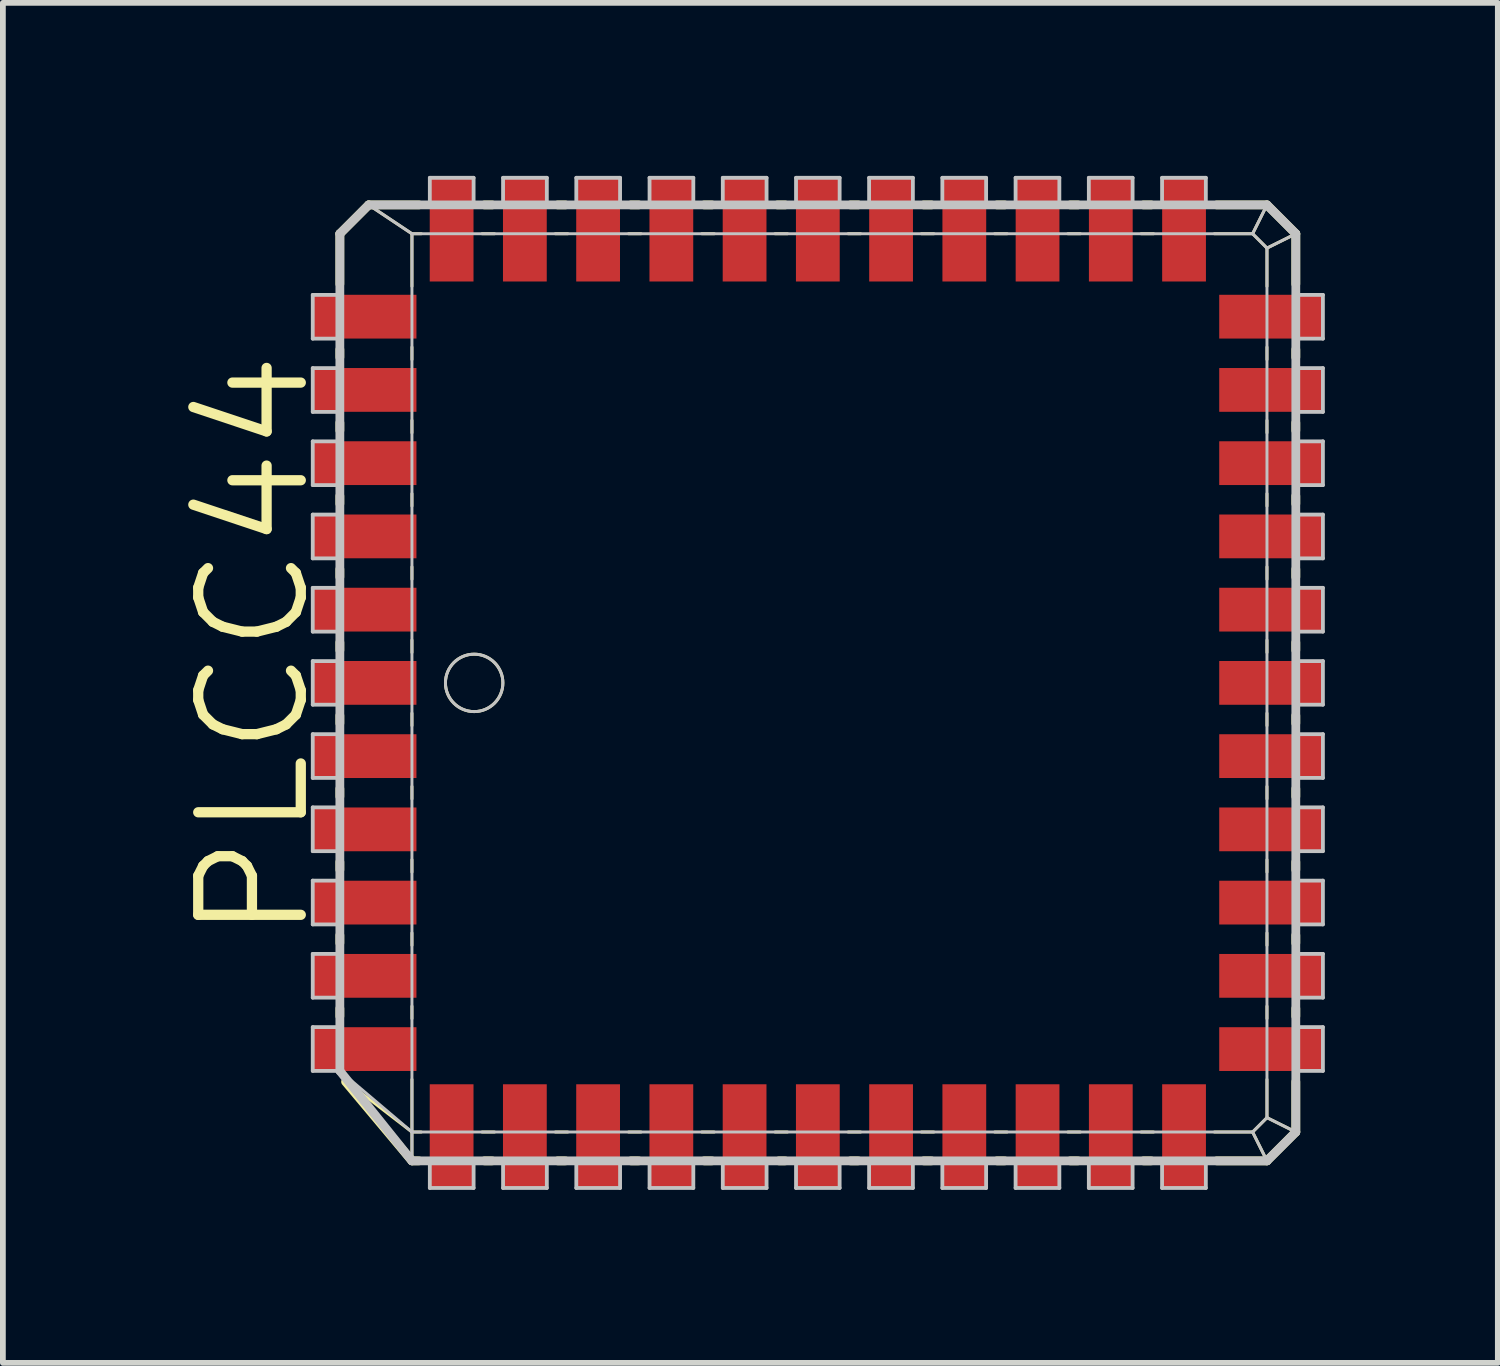
<source format=kicad_pcb>
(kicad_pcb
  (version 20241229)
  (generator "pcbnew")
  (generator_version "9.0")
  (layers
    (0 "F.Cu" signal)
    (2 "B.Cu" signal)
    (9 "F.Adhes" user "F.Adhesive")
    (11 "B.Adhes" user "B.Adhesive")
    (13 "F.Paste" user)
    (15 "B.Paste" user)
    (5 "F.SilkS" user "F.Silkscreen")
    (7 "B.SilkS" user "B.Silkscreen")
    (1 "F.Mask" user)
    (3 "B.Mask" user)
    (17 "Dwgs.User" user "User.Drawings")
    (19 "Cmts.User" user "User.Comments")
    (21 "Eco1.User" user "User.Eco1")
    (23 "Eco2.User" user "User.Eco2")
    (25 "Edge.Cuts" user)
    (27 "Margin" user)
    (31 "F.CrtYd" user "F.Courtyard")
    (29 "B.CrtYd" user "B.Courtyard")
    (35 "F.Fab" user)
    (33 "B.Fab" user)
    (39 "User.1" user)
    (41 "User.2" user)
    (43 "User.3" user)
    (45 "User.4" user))
  (footprint "PLCC44"
    (layer "F.Cu")
    (at 11.131 8.791)
    (property "Reference" "PLCC44" (at -9.779 -0.635 90) (layer "F.SilkS") (effects (font (size 1.778 1.778) (thickness 0.178))))
    (attr smd)
    (fp_line (start -8.288 -7.788) (end -7.788 -8.288) (stroke (width 0.152) (type solid)) (layer "F.SilkS"))
    (fp_line (start -8.288 -6.916) (end -8.288 -7.788) (stroke (width 0.152) (type solid)) (layer "F.SilkS"))
    (fp_line (start -8.288 -5.646) (end -8.288 -5.781) (stroke (width 0.152) (type solid)) (layer "F.SilkS"))
    (fp_line (start -8.288 -4.376) (end -8.288 -4.511) (stroke (width 0.152) (type solid)) (layer "F.SilkS"))
    (fp_line (start -8.288 -3.106) (end -8.288 -3.241) (stroke (width 0.152) (type solid)) (layer "F.SilkS"))
    (fp_line (start -8.288 -1.836) (end -8.288 -1.971) (stroke (width 0.152) (type solid)) (layer "F.SilkS"))
    (fp_line (start -8.288 -0.566) (end -8.288 -0.701) (stroke (width 0.152) (type solid)) (layer "F.SilkS"))
    (fp_line (start -8.288 0.701) (end -8.288 0.566) (stroke (width 0.152) (type solid)) (layer "F.SilkS"))
    (fp_line (start -8.288 1.971) (end -8.288 1.836) (stroke (width 0.152) (type solid)) (layer "F.SilkS"))
    (fp_line (start -8.288 3.241) (end -8.288 3.106) (stroke (width 0.152) (type solid)) (layer "F.SilkS"))
    (fp_line (start -8.288 4.511) (end -8.288 4.376) (stroke (width 0.152) (type solid)) (layer "F.SilkS"))
    (fp_line (start -8.288 5.781) (end -8.288 5.646) (stroke (width 0.152) (type solid)) (layer "F.SilkS"))
    (fp_line (start -7.788 -8.288) (end -7.038 -7.788) (stroke (width 0.051) (type solid)) (layer "F.SilkS"))
    (fp_line (start -7.788 -8.288) (end -6.916 -8.288) (stroke (width 0.152) (type solid)) (layer "F.SilkS"))
    (fp_line (start -7.038 -7.788) (end -6.876 -7.788) (stroke (width 0.051) (type solid)) (layer "F.SilkS"))
    (fp_line (start -7.038 -6.876) (end -7.038 -7.788) (stroke (width 0.051) (type solid)) (layer "F.SilkS"))
    (fp_line (start -7.038 -5.606) (end -7.038 -5.822) (stroke (width 0.051) (type solid)) (layer "F.SilkS"))
    (fp_line (start -7.038 -4.336) (end -7.038 -4.552) (stroke (width 0.051) (type solid)) (layer "F.SilkS"))
    (fp_line (start -7.038 -3.066) (end -7.038 -3.282) (stroke (width 0.051) (type solid)) (layer "F.SilkS"))
    (fp_line (start -7.038 -1.796) (end -7.038 -2.012) (stroke (width 0.051) (type solid)) (layer "F.SilkS"))
    (fp_line (start -7.038 -0.526) (end -7.038 -0.742) (stroke (width 0.051) (type solid)) (layer "F.SilkS"))
    (fp_line (start -7.038 0.742) (end -7.038 0.526) (stroke (width 0.051) (type solid)) (layer "F.SilkS"))
    (fp_line (start -7.038 2.012) (end -7.038 1.796) (stroke (width 0.051) (type solid)) (layer "F.SilkS"))
    (fp_line (start -7.038 3.282) (end -7.038 3.066) (stroke (width 0.051) (type solid)) (layer "F.SilkS"))
    (fp_line (start -7.038 4.552) (end -7.038 4.336) (stroke (width 0.051) (type solid)) (layer "F.SilkS"))
    (fp_line (start -7.038 5.822) (end -7.038 5.606) (stroke (width 0.051) (type solid)) (layer "F.SilkS"))
    (fp_line (start -7.038 7.788) (end -8.191 6.901) (stroke (width 0.051) (type solid)) (layer "F.SilkS"))
    (fp_line (start -7.038 7.788) (end -7.038 6.876) (stroke (width 0.051) (type solid)) (layer "F.SilkS"))
    (fp_line (start -7.038 8.288) (end -8.189 6.916) (stroke (width 0.152) (type solid)) (layer "F.SilkS"))
    (fp_line (start -7.038 8.288) (end -7.038 7.788) (stroke (width 0.051) (type solid)) (layer "F.SilkS"))
    (fp_line (start -6.916 8.288) (end -7.038 8.288) (stroke (width 0.152) (type solid)) (layer "F.SilkS"))
    (fp_line (start -6.876 7.788) (end -7.038 7.788) (stroke (width 0.051) (type solid)) (layer "F.SilkS"))
    (fp_line (start -5.822 -7.788) (end -5.606 -7.788) (stroke (width 0.051) (type solid)) (layer "F.SilkS"))
    (fp_line (start -5.781 -8.288) (end -5.646 -8.288) (stroke (width 0.152) (type solid)) (layer "F.SilkS"))
    (fp_line (start -5.646 8.288) (end -5.781 8.288) (stroke (width 0.152) (type solid)) (layer "F.SilkS"))
    (fp_line (start -5.606 7.788) (end -5.822 7.788) (stroke (width 0.051) (type solid)) (layer "F.SilkS"))
    (fp_line (start -4.552 -7.788) (end -4.336 -7.788) (stroke (width 0.051) (type solid)) (layer "F.SilkS"))
    (fp_line (start -4.511 -8.288) (end -4.376 -8.288) (stroke (width 0.152) (type solid)) (layer "F.SilkS"))
    (fp_line (start -4.376 8.288) (end -4.511 8.288) (stroke (width 0.152) (type solid)) (layer "F.SilkS"))
    (fp_line (start -4.336 7.788) (end -4.552 7.788) (stroke (width 0.051) (type solid)) (layer "F.SilkS"))
    (fp_line (start -3.282 -7.788) (end -3.066 -7.788) (stroke (width 0.051) (type solid)) (layer "F.SilkS"))
    (fp_line (start -3.241 -8.288) (end -3.106 -8.288) (stroke (width 0.152) (type solid)) (layer "F.SilkS"))
    (fp_line (start -3.106 8.288) (end -3.241 8.288) (stroke (width 0.152) (type solid)) (layer "F.SilkS"))
    (fp_line (start -3.066 7.788) (end -3.282 7.788) (stroke (width 0.051) (type solid)) (layer "F.SilkS"))
    (fp_line (start -2.012 -7.788) (end -1.796 -7.788) (stroke (width 0.051) (type solid)) (layer "F.SilkS"))
    (fp_line (start -1.971 -8.288) (end -1.836 -8.288) (stroke (width 0.152) (type solid)) (layer "F.SilkS"))
    (fp_line (start -1.836 8.288) (end -1.971 8.288) (stroke (width 0.152) (type solid)) (layer "F.SilkS"))
    (fp_line (start -1.796 7.788) (end -2.012 7.788) (stroke (width 0.051) (type solid)) (layer "F.SilkS"))
    (fp_line (start -0.742 -7.788) (end -0.526 -7.788) (stroke (width 0.051) (type solid)) (layer "F.SilkS"))
    (fp_line (start -0.701 -8.288) (end -0.566 -8.288) (stroke (width 0.152) (type solid)) (layer "F.SilkS"))
    (fp_line (start -0.566 8.288) (end -0.676 8.288) (stroke (width 0.152) (type solid)) (layer "F.SilkS"))
    (fp_line (start -0.526 7.788) (end -0.742 7.788) (stroke (width 0.051) (type solid)) (layer "F.SilkS"))
    (fp_line (start 0.526 -7.788) (end 0.742 -7.788) (stroke (width 0.051) (type solid)) (layer "F.SilkS"))
    (fp_line (start 0.566 -8.288) (end 0.701 -8.288) (stroke (width 0.152) (type solid)) (layer "F.SilkS"))
    (fp_line (start 0.701 8.288) (end 0.566 8.288) (stroke (width 0.152) (type solid)) (layer "F.SilkS"))
    (fp_line (start 0.742 7.788) (end 0.526 7.788) (stroke (width 0.051) (type solid)) (layer "F.SilkS"))
    (fp_line (start 1.796 -7.788) (end 2.012 -7.788) (stroke (width 0.051) (type solid)) (layer "F.SilkS"))
    (fp_line (start 1.836 -8.288) (end 1.971 -8.288) (stroke (width 0.152) (type solid)) (layer "F.SilkS"))
    (fp_line (start 1.971 8.288) (end 1.836 8.288) (stroke (width 0.152) (type solid)) (layer "F.SilkS"))
    (fp_line (start 2.012 7.788) (end 1.796 7.788) (stroke (width 0.051) (type solid)) (layer "F.SilkS"))
    (fp_line (start 3.066 -7.788) (end 3.282 -7.788) (stroke (width 0.051) (type solid)) (layer "F.SilkS"))
    (fp_line (start 3.106 -8.288) (end 3.241 -8.288) (stroke (width 0.152) (type solid)) (layer "F.SilkS"))
    (fp_line (start 3.241 8.288) (end 3.106 8.288) (stroke (width 0.152) (type solid)) (layer "F.SilkS"))
    (fp_line (start 3.282 7.788) (end 3.066 7.788) (stroke (width 0.051) (type solid)) (layer "F.SilkS"))
    (fp_line (start 4.336 -7.788) (end 4.552 -7.788) (stroke (width 0.051) (type solid)) (layer "F.SilkS"))
    (fp_line (start 4.376 -8.288) (end 4.511 -8.288) (stroke (width 0.152) (type solid)) (layer "F.SilkS"))
    (fp_line (start 4.511 8.288) (end 4.376 8.288) (stroke (width 0.152) (type solid)) (layer "F.SilkS"))
    (fp_line (start 4.552 7.788) (end 4.336 7.788) (stroke (width 0.051) (type solid)) (layer "F.SilkS"))
    (fp_line (start 5.606 -7.788) (end 5.822 -7.788) (stroke (width 0.051) (type solid)) (layer "F.SilkS"))
    (fp_line (start 5.646 -8.288) (end 5.781 -8.288) (stroke (width 0.152) (type solid)) (layer "F.SilkS"))
    (fp_line (start 5.781 8.288) (end 5.646 8.288) (stroke (width 0.152) (type solid)) (layer "F.SilkS"))
    (fp_line (start 5.822 7.788) (end 5.606 7.788) (stroke (width 0.051) (type solid)) (layer "F.SilkS"))
    (fp_line (start 6.876 -7.788) (end 7.539 -7.788) (stroke (width 0.051) (type solid)) (layer "F.SilkS"))
    (fp_line (start 6.916 -8.288) (end 7.788 -8.288) (stroke (width 0.152) (type solid)) (layer "F.SilkS"))
    (fp_line (start 7.539 -7.788) (end 7.788 -8.288) (stroke (width 0.051) (type solid)) (layer "F.SilkS"))
    (fp_line (start 7.539 -7.788) (end 7.788 -7.539) (stroke (width 0.051) (type solid)) (layer "F.SilkS"))
    (fp_line (start 7.539 7.788) (end 6.876 7.788) (stroke (width 0.051) (type solid)) (layer "F.SilkS"))
    (fp_line (start 7.788 -8.288) (end 8.288 -7.788) (stroke (width 0.152) (type solid)) (layer "F.SilkS"))
    (fp_line (start 7.788 -7.539) (end 7.788 -6.876) (stroke (width 0.051) (type solid)) (layer "F.SilkS"))
    (fp_line (start 7.788 -7.539) (end 8.288 -7.788) (stroke (width 0.051) (type solid)) (layer "F.SilkS"))
    (fp_line (start 7.788 -5.822) (end 7.788 -5.606) (stroke (width 0.051) (type solid)) (layer "F.SilkS"))
    (fp_line (start 7.788 -4.552) (end 7.788 -4.336) (stroke (width 0.051) (type solid)) (layer "F.SilkS"))
    (fp_line (start 7.788 -3.282) (end 7.788 -3.066) (stroke (width 0.051) (type solid)) (layer "F.SilkS"))
    (fp_line (start 7.788 -2.012) (end 7.788 -1.796) (stroke (width 0.051) (type solid)) (layer "F.SilkS"))
    (fp_line (start 7.788 -0.742) (end 7.788 -0.526) (stroke (width 0.051) (type solid)) (layer "F.SilkS"))
    (fp_line (start 7.788 0.526) (end 7.788 0.742) (stroke (width 0.051) (type solid)) (layer "F.SilkS"))
    (fp_line (start 7.788 1.796) (end 7.788 2.012) (stroke (width 0.051) (type solid)) (layer "F.SilkS"))
    (fp_line (start 7.788 3.066) (end 7.788 3.282) (stroke (width 0.051) (type solid)) (layer "F.SilkS"))
    (fp_line (start 7.788 4.336) (end 7.788 4.552) (stroke (width 0.051) (type solid)) (layer "F.SilkS"))
    (fp_line (start 7.788 5.606) (end 7.788 5.822) (stroke (width 0.051) (type solid)) (layer "F.SilkS"))
    (fp_line (start 7.788 6.876) (end 7.788 7.539) (stroke (width 0.051) (type solid)) (layer "F.SilkS"))
    (fp_line (start 7.788 7.539) (end 7.539 7.788) (stroke (width 0.051) (type solid)) (layer "F.SilkS"))
    (fp_line (start 7.788 8.288) (end 6.916 8.288) (stroke (width 0.152) (type solid)) (layer "F.SilkS"))
    (fp_line (start 7.788 8.288) (end 7.539 7.788) (stroke (width 0.051) (type solid)) (layer "F.SilkS"))
    (fp_line (start 8.288 -7.788) (end 8.288 -6.916) (stroke (width 0.152) (type solid)) (layer "F.SilkS"))
    (fp_line (start 8.288 -5.781) (end 8.288 -5.646) (stroke (width 0.152) (type solid)) (layer "F.SilkS"))
    (fp_line (start 8.288 -4.511) (end 8.288 -4.376) (stroke (width 0.152) (type solid)) (layer "F.SilkS"))
    (fp_line (start 8.288 -3.241) (end 8.288 -3.106) (stroke (width 0.152) (type solid)) (layer "F.SilkS"))
    (fp_line (start 8.288 -1.971) (end 8.288 -1.836) (stroke (width 0.152) (type solid)) (layer "F.SilkS"))
    (fp_line (start 8.288 -0.701) (end 8.288 -0.566) (stroke (width 0.152) (type solid)) (layer "F.SilkS"))
    (fp_line (start 8.288 0.566) (end 8.288 0.701) (stroke (width 0.152) (type solid)) (layer "F.SilkS"))
    (fp_line (start 8.288 1.836) (end 8.288 1.971) (stroke (width 0.152) (type solid)) (layer "F.SilkS"))
    (fp_line (start 8.288 3.106) (end 8.288 3.241) (stroke (width 0.152) (type solid)) (layer "F.SilkS"))
    (fp_line (start 8.288 4.376) (end 8.288 4.511) (stroke (width 0.152) (type solid)) (layer "F.SilkS"))
    (fp_line (start 8.288 5.646) (end 8.288 5.781) (stroke (width 0.152) (type solid)) (layer "F.SilkS"))
    (fp_line (start 8.288 6.916) (end 8.288 7.788) (stroke (width 0.152) (type solid)) (layer "F.SilkS"))
    (fp_line (start 8.288 7.788) (end 7.788 7.539) (stroke (width 0.051) (type solid)) (layer "F.SilkS"))
    (fp_line (start 8.288 7.788) (end 7.788 8.288) (stroke (width 0.152) (type solid)) (layer "F.SilkS"))
    (fp_circle (center -5.959 0) (end -5.959 -0.498) (stroke (width 0.051) (type solid)) (fill no) (layer "F.SilkS"))
    (fp_line (start -8.758 -6.728) (end -8.288 -6.728) (stroke (width 0.066) (type solid)) (layer "Dwgs.User"))
    (fp_line (start -8.758 -5.969) (end -8.758 -6.728) (stroke (width 0.066) (type solid)) (layer "Dwgs.User"))
    (fp_line (start -8.758 -5.969) (end -8.288 -5.969) (stroke (width 0.066) (type solid)) (layer "Dwgs.User"))
    (fp_line (start -8.758 -5.458) (end -8.288 -5.458) (stroke (width 0.066) (type solid)) (layer "Dwgs.User"))
    (fp_line (start -8.758 -4.699) (end -8.758 -5.458) (stroke (width 0.066) (type solid)) (layer "Dwgs.User"))
    (fp_line (start -8.758 -4.699) (end -8.288 -4.699) (stroke (width 0.066) (type solid)) (layer "Dwgs.User"))
    (fp_line (start -8.758 -4.188) (end -8.288 -4.188) (stroke (width 0.066) (type solid)) (layer "Dwgs.User"))
    (fp_line (start -8.758 -3.429) (end -8.758 -4.188) (stroke (width 0.066) (type solid)) (layer "Dwgs.User"))
    (fp_line (start -8.758 -3.429) (end -8.288 -3.429) (stroke (width 0.066) (type solid)) (layer "Dwgs.User"))
    (fp_line (start -8.758 -2.918) (end -8.288 -2.918) (stroke (width 0.066) (type solid)) (layer "Dwgs.User"))
    (fp_line (start -8.758 -2.159) (end -8.758 -2.918) (stroke (width 0.066) (type solid)) (layer "Dwgs.User"))
    (fp_line (start -8.758 -2.159) (end -8.288 -2.159) (stroke (width 0.066) (type solid)) (layer "Dwgs.User"))
    (fp_line (start -8.758 -1.648) (end -8.288 -1.648) (stroke (width 0.066) (type solid)) (layer "Dwgs.User"))
    (fp_line (start -8.758 -0.889) (end -8.758 -1.648) (stroke (width 0.066) (type solid)) (layer "Dwgs.User"))
    (fp_line (start -8.758 -0.889) (end -8.288 -0.889) (stroke (width 0.066) (type solid)) (layer "Dwgs.User"))
    (fp_line (start -8.758 -0.378) (end -8.288 -0.378) (stroke (width 0.066) (type solid)) (layer "Dwgs.User"))
    (fp_line (start -8.758 0.378) (end -8.758 -0.378) (stroke (width 0.066) (type solid)) (layer "Dwgs.User"))
    (fp_line (start -8.758 0.378) (end -8.288 0.378) (stroke (width 0.066) (type solid)) (layer "Dwgs.User"))
    (fp_line (start -8.758 0.889) (end -8.288 0.889) (stroke (width 0.066) (type solid)) (layer "Dwgs.User"))
    (fp_line (start -8.758 1.648) (end -8.758 0.889) (stroke (width 0.066) (type solid)) (layer "Dwgs.User"))
    (fp_line (start -8.758 1.648) (end -8.288 1.648) (stroke (width 0.066) (type solid)) (layer "Dwgs.User"))
    (fp_line (start -8.758 2.159) (end -8.288 2.159) (stroke (width 0.066) (type solid)) (layer "Dwgs.User"))
    (fp_line (start -8.758 2.918) (end -8.758 2.159) (stroke (width 0.066) (type solid)) (layer "Dwgs.User"))
    (fp_line (start -8.758 2.918) (end -8.288 2.918) (stroke (width 0.066) (type solid)) (layer "Dwgs.User"))
    (fp_line (start -8.758 3.429) (end -8.288 3.429) (stroke (width 0.066) (type solid)) (layer "Dwgs.User"))
    (fp_line (start -8.758 4.188) (end -8.758 3.429) (stroke (width 0.066) (type solid)) (layer "Dwgs.User"))
    (fp_line (start -8.758 4.188) (end -8.288 4.188) (stroke (width 0.066) (type solid)) (layer "Dwgs.User"))
    (fp_line (start -8.758 4.699) (end -8.288 4.699) (stroke (width 0.066) (type solid)) (layer "Dwgs.User"))
    (fp_line (start -8.758 5.458) (end -8.758 4.699) (stroke (width 0.066) (type solid)) (layer "Dwgs.User"))
    (fp_line (start -8.758 5.458) (end -8.288 5.458) (stroke (width 0.066) (type solid)) (layer "Dwgs.User"))
    (fp_line (start -8.758 5.969) (end -8.288 5.969) (stroke (width 0.066) (type solid)) (layer "Dwgs.User"))
    (fp_line (start -8.758 6.728) (end -8.758 5.969) (stroke (width 0.066) (type solid)) (layer "Dwgs.User"))
    (fp_line (start -8.758 6.728) (end -8.288 6.728) (stroke (width 0.066) (type solid)) (layer "Dwgs.User"))
    (fp_line (start -8.288 -7.788) (end -7.788 -8.288) (stroke (width 0.152) (type solid)) (layer "Dwgs.User"))
    (fp_line (start -8.288 -5.969) (end -8.288 -6.728) (stroke (width 0.066) (type solid)) (layer "Dwgs.User"))
    (fp_line (start -8.288 -4.699) (end -8.288 -5.458) (stroke (width 0.066) (type solid)) (layer "Dwgs.User"))
    (fp_line (start -8.288 -3.429) (end -8.288 -4.188) (stroke (width 0.066) (type solid)) (layer "Dwgs.User"))
    (fp_line (start -8.288 -2.159) (end -8.288 -2.918) (stroke (width 0.066) (type solid)) (layer "Dwgs.User"))
    (fp_line (start -8.288 -0.889) (end -8.288 -1.648) (stroke (width 0.066) (type solid)) (layer "Dwgs.User"))
    (fp_line (start -8.288 0.378) (end -8.288 -0.378) (stroke (width 0.066) (type solid)) (layer "Dwgs.User"))
    (fp_line (start -8.288 1.648) (end -8.288 0.889) (stroke (width 0.066) (type solid)) (layer "Dwgs.User"))
    (fp_line (start -8.288 2.918) (end -8.288 2.159) (stroke (width 0.066) (type solid)) (layer "Dwgs.User"))
    (fp_line (start -8.288 4.188) (end -8.288 3.429) (stroke (width 0.066) (type solid)) (layer "Dwgs.User"))
    (fp_line (start -8.288 5.458) (end -8.288 4.699) (stroke (width 0.066) (type solid)) (layer "Dwgs.User"))
    (fp_line (start -8.288 6.728) (end -8.288 -7.788) (stroke (width 0.152) (type solid)) (layer "Dwgs.User"))
    (fp_line (start -8.288 6.728) (end -8.288 5.969) (stroke (width 0.066) (type solid)) (layer "Dwgs.User"))
    (fp_line (start -7.788 -8.288) (end -7.038 -7.788) (stroke (width 0.051) (type solid)) (layer "Dwgs.User"))
    (fp_line (start -7.788 -8.288) (end 7.788 -8.288) (stroke (width 0.152) (type solid)) (layer "Dwgs.User"))
    (fp_line (start -7.038 -7.788) (end 7.539 -7.788) (stroke (width 0.051) (type solid)) (layer "Dwgs.User"))
    (fp_line (start -7.038 7.788) (end -8.288 6.728) (stroke (width 0.051) (type solid)) (layer "Dwgs.User"))
    (fp_line (start -7.038 7.788) (end -7.038 -7.788) (stroke (width 0.051) (type solid)) (layer "Dwgs.User"))
    (fp_line (start -7.038 8.288) (end -8.288 6.728) (stroke (width 0.152) (type solid)) (layer "Dwgs.User"))
    (fp_line (start -7.038 8.288) (end -7.038 7.788) (stroke (width 0.051) (type solid)) (layer "Dwgs.User"))
    (fp_line (start -6.728 -8.758) (end -5.969 -8.758) (stroke (width 0.066) (type solid)) (layer "Dwgs.User"))
    (fp_line (start -6.728 -8.288) (end -6.728 -8.758) (stroke (width 0.066) (type solid)) (layer "Dwgs.User"))
    (fp_line (start -6.728 -8.288) (end -5.969 -8.288) (stroke (width 0.066) (type solid)) (layer "Dwgs.User"))
    (fp_line (start -6.728 8.288) (end -5.969 8.288) (stroke (width 0.066) (type solid)) (layer "Dwgs.User"))
    (fp_line (start -6.728 8.758) (end -6.728 8.288) (stroke (width 0.066) (type solid)) (layer "Dwgs.User"))
    (fp_line (start -6.728 8.758) (end -5.969 8.758) (stroke (width 0.066) (type solid)) (layer "Dwgs.User"))
    (fp_line (start -5.969 -8.288) (end -5.969 -8.758) (stroke (width 0.066) (type solid)) (layer "Dwgs.User"))
    (fp_line (start -5.969 8.758) (end -5.969 8.288) (stroke (width 0.066) (type solid)) (layer "Dwgs.User"))
    (fp_line (start -5.458 -8.758) (end -4.699 -8.758) (stroke (width 0.066) (type solid)) (layer "Dwgs.User"))
    (fp_line (start -5.458 -8.288) (end -5.458 -8.758) (stroke (width 0.066) (type solid)) (layer "Dwgs.User"))
    (fp_line (start -5.458 -8.288) (end -4.699 -8.288) (stroke (width 0.066) (type solid)) (layer "Dwgs.User"))
    (fp_line (start -5.458 8.288) (end -4.699 8.288) (stroke (width 0.066) (type solid)) (layer "Dwgs.User"))
    (fp_line (start -5.458 8.758) (end -5.458 8.288) (stroke (width 0.066) (type solid)) (layer "Dwgs.User"))
    (fp_line (start -5.458 8.758) (end -4.699 8.758) (stroke (width 0.066) (type solid)) (layer "Dwgs.User"))
    (fp_line (start -4.699 -8.288) (end -4.699 -8.758) (stroke (width 0.066) (type solid)) (layer "Dwgs.User"))
    (fp_line (start -4.699 8.758) (end -4.699 8.288) (stroke (width 0.066) (type solid)) (layer "Dwgs.User"))
    (fp_line (start -4.188 -8.758) (end -3.429 -8.758) (stroke (width 0.066) (type solid)) (layer "Dwgs.User"))
    (fp_line (start -4.188 -8.288) (end -4.188 -8.758) (stroke (width 0.066) (type solid)) (layer "Dwgs.User"))
    (fp_line (start -4.188 -8.288) (end -3.429 -8.288) (stroke (width 0.066) (type solid)) (layer "Dwgs.User"))
    (fp_line (start -4.188 8.288) (end -3.429 8.288) (stroke (width 0.066) (type solid)) (layer "Dwgs.User"))
    (fp_line (start -4.188 8.758) (end -4.188 8.288) (stroke (width 0.066) (type solid)) (layer "Dwgs.User"))
    (fp_line (start -4.188 8.758) (end -3.429 8.758) (stroke (width 0.066) (type solid)) (layer "Dwgs.User"))
    (fp_line (start -3.429 -8.288) (end -3.429 -8.758) (stroke (width 0.066) (type solid)) (layer "Dwgs.User"))
    (fp_line (start -3.429 8.758) (end -3.429 8.288) (stroke (width 0.066) (type solid)) (layer "Dwgs.User"))
    (fp_line (start -2.918 -8.758) (end -2.159 -8.758) (stroke (width 0.066) (type solid)) (layer "Dwgs.User"))
    (fp_line (start -2.918 -8.288) (end -2.918 -8.758) (stroke (width 0.066) (type solid)) (layer "Dwgs.User"))
    (fp_line (start -2.918 -8.288) (end -2.159 -8.288) (stroke (width 0.066) (type solid)) (layer "Dwgs.User"))
    (fp_line (start -2.918 8.288) (end -2.159 8.288) (stroke (width 0.066) (type solid)) (layer "Dwgs.User"))
    (fp_line (start -2.918 8.758) (end -2.918 8.288) (stroke (width 0.066) (type solid)) (layer "Dwgs.User"))
    (fp_line (start -2.918 8.758) (end -2.159 8.758) (stroke (width 0.066) (type solid)) (layer "Dwgs.User"))
    (fp_line (start -2.159 -8.288) (end -2.159 -8.758) (stroke (width 0.066) (type solid)) (layer "Dwgs.User"))
    (fp_line (start -2.159 8.758) (end -2.159 8.288) (stroke (width 0.066) (type solid)) (layer "Dwgs.User"))
    (fp_line (start -1.648 -8.758) (end -0.889 -8.758) (stroke (width 0.066) (type solid)) (layer "Dwgs.User"))
    (fp_line (start -1.648 -8.288) (end -1.648 -8.758) (stroke (width 0.066) (type solid)) (layer "Dwgs.User"))
    (fp_line (start -1.648 -8.288) (end -0.889 -8.288) (stroke (width 0.066) (type solid)) (layer "Dwgs.User"))
    (fp_line (start -1.648 8.288) (end -0.889 8.288) (stroke (width 0.066) (type solid)) (layer "Dwgs.User"))
    (fp_line (start -1.648 8.758) (end -1.648 8.288) (stroke (width 0.066) (type solid)) (layer "Dwgs.User"))
    (fp_line (start -1.648 8.758) (end -0.889 8.758) (stroke (width 0.066) (type solid)) (layer "Dwgs.User"))
    (fp_line (start -0.889 -8.288) (end -0.889 -8.758) (stroke (width 0.066) (type solid)) (layer "Dwgs.User"))
    (fp_line (start -0.889 8.758) (end -0.889 8.288) (stroke (width 0.066) (type solid)) (layer "Dwgs.User"))
    (fp_line (start -0.378 -8.758) (end 0.378 -8.758) (stroke (width 0.066) (type solid)) (layer "Dwgs.User"))
    (fp_line (start -0.378 -8.288) (end -0.378 -8.758) (stroke (width 0.066) (type solid)) (layer "Dwgs.User"))
    (fp_line (start -0.378 -8.288) (end 0.378 -8.288) (stroke (width 0.066) (type solid)) (layer "Dwgs.User"))
    (fp_line (start -0.378 8.288) (end 0.378 8.288) (stroke (width 0.066) (type solid)) (layer "Dwgs.User"))
    (fp_line (start -0.378 8.758) (end -0.378 8.288) (stroke (width 0.066) (type solid)) (layer "Dwgs.User"))
    (fp_line (start -0.378 8.758) (end 0.378 8.758) (stroke (width 0.066) (type solid)) (layer "Dwgs.User"))
    (fp_line (start 0.378 -8.288) (end 0.378 -8.758) (stroke (width 0.066) (type solid)) (layer "Dwgs.User"))
    (fp_line (start 0.378 8.758) (end 0.378 8.288) (stroke (width 0.066) (type solid)) (layer "Dwgs.User"))
    (fp_line (start 0.889 -8.758) (end 1.648 -8.758) (stroke (width 0.066) (type solid)) (layer "Dwgs.User"))
    (fp_line (start 0.889 -8.288) (end 0.889 -8.758) (stroke (width 0.066) (type solid)) (layer "Dwgs.User"))
    (fp_line (start 0.889 -8.288) (end 1.648 -8.288) (stroke (width 0.066) (type solid)) (layer "Dwgs.User"))
    (fp_line (start 0.889 8.288) (end 1.648 8.288) (stroke (width 0.066) (type solid)) (layer "Dwgs.User"))
    (fp_line (start 0.889 8.758) (end 0.889 8.288) (stroke (width 0.066) (type solid)) (layer "Dwgs.User"))
    (fp_line (start 0.889 8.758) (end 1.648 8.758) (stroke (width 0.066) (type solid)) (layer "Dwgs.User"))
    (fp_line (start 1.648 -8.288) (end 1.648 -8.758) (stroke (width 0.066) (type solid)) (layer "Dwgs.User"))
    (fp_line (start 1.648 8.758) (end 1.648 8.288) (stroke (width 0.066) (type solid)) (layer "Dwgs.User"))
    (fp_line (start 2.159 -8.758) (end 2.918 -8.758) (stroke (width 0.066) (type solid)) (layer "Dwgs.User"))
    (fp_line (start 2.159 -8.288) (end 2.159 -8.758) (stroke (width 0.066) (type solid)) (layer "Dwgs.User"))
    (fp_line (start 2.159 -8.288) (end 2.918 -8.288) (stroke (width 0.066) (type solid)) (layer "Dwgs.User"))
    (fp_line (start 2.159 8.288) (end 2.918 8.288) (stroke (width 0.066) (type solid)) (layer "Dwgs.User"))
    (fp_line (start 2.159 8.758) (end 2.159 8.288) (stroke (width 0.066) (type solid)) (layer "Dwgs.User"))
    (fp_line (start 2.159 8.758) (end 2.918 8.758) (stroke (width 0.066) (type solid)) (layer "Dwgs.User"))
    (fp_line (start 2.918 -8.288) (end 2.918 -8.758) (stroke (width 0.066) (type solid)) (layer "Dwgs.User"))
    (fp_line (start 2.918 8.758) (end 2.918 8.288) (stroke (width 0.066) (type solid)) (layer "Dwgs.User"))
    (fp_line (start 3.429 -8.758) (end 4.188 -8.758) (stroke (width 0.066) (type solid)) (layer "Dwgs.User"))
    (fp_line (start 3.429 -8.288) (end 3.429 -8.758) (stroke (width 0.066) (type solid)) (layer "Dwgs.User"))
    (fp_line (start 3.429 -8.288) (end 4.188 -8.288) (stroke (width 0.066) (type solid)) (layer "Dwgs.User"))
    (fp_line (start 3.429 8.288) (end 4.188 8.288) (stroke (width 0.066) (type solid)) (layer "Dwgs.User"))
    (fp_line (start 3.429 8.758) (end 3.429 8.288) (stroke (width 0.066) (type solid)) (layer "Dwgs.User"))
    (fp_line (start 3.429 8.758) (end 4.188 8.758) (stroke (width 0.066) (type solid)) (layer "Dwgs.User"))
    (fp_line (start 4.188 -8.288) (end 4.188 -8.758) (stroke (width 0.066) (type solid)) (layer "Dwgs.User"))
    (fp_line (start 4.188 8.758) (end 4.188 8.288) (stroke (width 0.066) (type solid)) (layer "Dwgs.User"))
    (fp_line (start 4.699 -8.758) (end 5.458 -8.758) (stroke (width 0.066) (type solid)) (layer "Dwgs.User"))
    (fp_line (start 4.699 -8.288) (end 4.699 -8.758) (stroke (width 0.066) (type solid)) (layer "Dwgs.User"))
    (fp_line (start 4.699 -8.288) (end 5.458 -8.288) (stroke (width 0.066) (type solid)) (layer "Dwgs.User"))
    (fp_line (start 4.699 8.288) (end 5.458 8.288) (stroke (width 0.066) (type solid)) (layer "Dwgs.User"))
    (fp_line (start 4.699 8.758) (end 4.699 8.288) (stroke (width 0.066) (type solid)) (layer "Dwgs.User"))
    (fp_line (start 4.699 8.758) (end 5.458 8.758) (stroke (width 0.066) (type solid)) (layer "Dwgs.User"))
    (fp_line (start 5.458 -8.288) (end 5.458 -8.758) (stroke (width 0.066) (type solid)) (layer "Dwgs.User"))
    (fp_line (start 5.458 8.758) (end 5.458 8.288) (stroke (width 0.066) (type solid)) (layer "Dwgs.User"))
    (fp_line (start 5.969 -8.758) (end 6.728 -8.758) (stroke (width 0.066) (type solid)) (layer "Dwgs.User"))
    (fp_line (start 5.969 -8.288) (end 5.969 -8.758) (stroke (width 0.066) (type solid)) (layer "Dwgs.User"))
    (fp_line (start 5.969 -8.288) (end 6.728 -8.288) (stroke (width 0.066) (type solid)) (layer "Dwgs.User"))
    (fp_line (start 5.969 8.288) (end 6.728 8.288) (stroke (width 0.066) (type solid)) (layer "Dwgs.User"))
    (fp_line (start 5.969 8.758) (end 5.969 8.288) (stroke (width 0.066) (type solid)) (layer "Dwgs.User"))
    (fp_line (start 5.969 8.758) (end 6.728 8.758) (stroke (width 0.066) (type solid)) (layer "Dwgs.User"))
    (fp_line (start 6.728 -8.288) (end 6.728 -8.758) (stroke (width 0.066) (type solid)) (layer "Dwgs.User"))
    (fp_line (start 6.728 8.758) (end 6.728 8.288) (stroke (width 0.066) (type solid)) (layer "Dwgs.User"))
    (fp_line (start 7.539 -7.788) (end 7.788 -8.288) (stroke (width 0.051) (type solid)) (layer "Dwgs.User"))
    (fp_line (start 7.539 -7.788) (end 7.788 -7.539) (stroke (width 0.051) (type solid)) (layer "Dwgs.User"))
    (fp_line (start 7.539 7.788) (end -7.038 7.788) (stroke (width 0.051) (type solid)) (layer "Dwgs.User"))
    (fp_line (start 7.788 -8.288) (end 8.288 -7.788) (stroke (width 0.152) (type solid)) (layer "Dwgs.User"))
    (fp_line (start 7.788 -7.539) (end 7.788 7.539) (stroke (width 0.051) (type solid)) (layer "Dwgs.User"))
    (fp_line (start 7.788 -7.539) (end 8.288 -7.788) (stroke (width 0.051) (type solid)) (layer "Dwgs.User"))
    (fp_line (start 7.788 7.539) (end 7.539 7.788) (stroke (width 0.051) (type solid)) (layer "Dwgs.User"))
    (fp_line (start 7.788 8.288) (end -7.038 8.288) (stroke (width 0.152) (type solid)) (layer "Dwgs.User"))
    (fp_line (start 7.788 8.288) (end 7.539 7.788) (stroke (width 0.051) (type solid)) (layer "Dwgs.User"))
    (fp_line (start 8.288 -7.788) (end 8.288 7.788) (stroke (width 0.152) (type solid)) (layer "Dwgs.User"))
    (fp_line (start 8.288 -6.728) (end 8.758 -6.728) (stroke (width 0.066) (type solid)) (layer "Dwgs.User"))
    (fp_line (start 8.288 -5.969) (end 8.288 -6.728) (stroke (width 0.066) (type solid)) (layer "Dwgs.User"))
    (fp_line (start 8.288 -5.969) (end 8.758 -5.969) (stroke (width 0.066) (type solid)) (layer "Dwgs.User"))
    (fp_line (start 8.288 -5.458) (end 8.758 -5.458) (stroke (width 0.066) (type solid)) (layer "Dwgs.User"))
    (fp_line (start 8.288 -4.699) (end 8.288 -5.458) (stroke (width 0.066) (type solid)) (layer "Dwgs.User"))
    (fp_line (start 8.288 -4.699) (end 8.758 -4.699) (stroke (width 0.066) (type solid)) (layer "Dwgs.User"))
    (fp_line (start 8.288 -4.188) (end 8.758 -4.188) (stroke (width 0.066) (type solid)) (layer "Dwgs.User"))
    (fp_line (start 8.288 -3.429) (end 8.288 -4.188) (stroke (width 0.066) (type solid)) (layer "Dwgs.User"))
    (fp_line (start 8.288 -3.429) (end 8.758 -3.429) (stroke (width 0.066) (type solid)) (layer "Dwgs.User"))
    (fp_line (start 8.288 -2.918) (end 8.758 -2.918) (stroke (width 0.066) (type solid)) (layer "Dwgs.User"))
    (fp_line (start 8.288 -2.159) (end 8.288 -2.918) (stroke (width 0.066) (type solid)) (layer "Dwgs.User"))
    (fp_line (start 8.288 -2.159) (end 8.758 -2.159) (stroke (width 0.066) (type solid)) (layer "Dwgs.User"))
    (fp_line (start 8.288 -1.648) (end 8.758 -1.648) (stroke (width 0.066) (type solid)) (layer "Dwgs.User"))
    (fp_line (start 8.288 -0.889) (end 8.288 -1.648) (stroke (width 0.066) (type solid)) (layer "Dwgs.User"))
    (fp_line (start 8.288 -0.889) (end 8.758 -0.889) (stroke (width 0.066) (type solid)) (layer "Dwgs.User"))
    (fp_line (start 8.288 -0.378) (end 8.758 -0.378) (stroke (width 0.066) (type solid)) (layer "Dwgs.User"))
    (fp_line (start 8.288 0.378) (end 8.288 -0.378) (stroke (width 0.066) (type solid)) (layer "Dwgs.User"))
    (fp_line (start 8.288 0.378) (end 8.758 0.378) (stroke (width 0.066) (type solid)) (layer "Dwgs.User"))
    (fp_line (start 8.288 0.889) (end 8.758 0.889) (stroke (width 0.066) (type solid)) (layer "Dwgs.User"))
    (fp_line (start 8.288 1.648) (end 8.288 0.889) (stroke (width 0.066) (type solid)) (layer "Dwgs.User"))
    (fp_line (start 8.288 1.648) (end 8.758 1.648) (stroke (width 0.066) (type solid)) (layer "Dwgs.User"))
    (fp_line (start 8.288 2.159) (end 8.758 2.159) (stroke (width 0.066) (type solid)) (layer "Dwgs.User"))
    (fp_line (start 8.288 2.918) (end 8.288 2.159) (stroke (width 0.066) (type solid)) (layer "Dwgs.User"))
    (fp_line (start 8.288 2.918) (end 8.758 2.918) (stroke (width 0.066) (type solid)) (layer "Dwgs.User"))
    (fp_line (start 8.288 3.429) (end 8.758 3.429) (stroke (width 0.066) (type solid)) (layer "Dwgs.User"))
    (fp_line (start 8.288 4.188) (end 8.288 3.429) (stroke (width 0.066) (type solid)) (layer "Dwgs.User"))
    (fp_line (start 8.288 4.188) (end 8.758 4.188) (stroke (width 0.066) (type solid)) (layer "Dwgs.User"))
    (fp_line (start 8.288 4.699) (end 8.758 4.699) (stroke (width 0.066) (type solid)) (layer "Dwgs.User"))
    (fp_line (start 8.288 5.458) (end 8.288 4.699) (stroke (width 0.066) (type solid)) (layer "Dwgs.User"))
    (fp_line (start 8.288 5.458) (end 8.758 5.458) (stroke (width 0.066) (type solid)) (layer "Dwgs.User"))
    (fp_line (start 8.288 5.969) (end 8.758 5.969) (stroke (width 0.066) (type solid)) (layer "Dwgs.User"))
    (fp_line (start 8.288 6.728) (end 8.288 5.969) (stroke (width 0.066) (type solid)) (layer "Dwgs.User"))
    (fp_line (start 8.288 6.728) (end 8.758 6.728) (stroke (width 0.066) (type solid)) (layer "Dwgs.User"))
    (fp_line (start 8.288 7.788) (end 7.788 7.539) (stroke (width 0.051) (type solid)) (layer "Dwgs.User"))
    (fp_line (start 8.288 7.788) (end 7.788 8.288) (stroke (width 0.152) (type solid)) (layer "Dwgs.User"))
    (fp_line (start 8.758 -5.969) (end 8.758 -6.728) (stroke (width 0.066) (type solid)) (layer "Dwgs.User"))
    (fp_line (start 8.758 -4.699) (end 8.758 -5.458) (stroke (width 0.066) (type solid)) (layer "Dwgs.User"))
    (fp_line (start 8.758 -3.429) (end 8.758 -4.188) (stroke (width 0.066) (type solid)) (layer "Dwgs.User"))
    (fp_line (start 8.758 -2.159) (end 8.758 -2.918) (stroke (width 0.066) (type solid)) (layer "Dwgs.User"))
    (fp_line (start 8.758 -0.889) (end 8.758 -1.648) (stroke (width 0.066) (type solid)) (layer "Dwgs.User"))
    (fp_line (start 8.758 0.378) (end 8.758 -0.378) (stroke (width 0.066) (type solid)) (layer "Dwgs.User"))
    (fp_line (start 8.758 1.648) (end 8.758 0.889) (stroke (width 0.066) (type solid)) (layer "Dwgs.User"))
    (fp_line (start 8.758 2.918) (end 8.758 2.159) (stroke (width 0.066) (type solid)) (layer "Dwgs.User"))
    (fp_line (start 8.758 4.188) (end 8.758 3.429) (stroke (width 0.066) (type solid)) (layer "Dwgs.User"))
    (fp_line (start 8.758 5.458) (end 8.758 4.699) (stroke (width 0.066) (type solid)) (layer "Dwgs.User"))
    (fp_line (start 8.758 6.728) (end 8.758 5.969) (stroke (width 0.066) (type solid)) (layer "Dwgs.User"))
    (fp_circle (center -5.959 0) (end -5.959 -0.498) (stroke (width 0.051) (type solid)) (fill no) (layer "Dwgs.User"))
    (pad "1" smd rect (at -7.859 0) (size 1.798 0.759) (layers "F.Cu" "F.Mask" "F.Paste"))
    (pad "2" smd rect (at -7.859 1.27) (size 1.798 0.759) (layers "F.Cu" "F.Mask" "F.Paste"))
    (pad "3" smd rect (at -7.859 2.54) (size 1.798 0.759) (layers "F.Cu" "F.Mask" "F.Paste"))
    (pad "4" smd rect (at -7.859 3.81) (size 1.798 0.759) (layers "F.Cu" "F.Mask" "F.Paste"))
    (pad "5" smd rect (at -7.859 5.08) (size 1.798 0.759) (layers "F.Cu" "F.Mask" "F.Paste"))
    (pad "6" smd rect (at -7.859 6.35) (size 1.798 0.759) (layers "F.Cu" "F.Mask" "F.Paste"))
    (pad "7" smd rect (at -6.35 7.859) (size 0.759 1.798) (layers "F.Cu" "F.Mask" "F.Paste"))
    (pad "8" smd rect (at -5.08 7.859) (size 0.759 1.798) (layers "F.Cu" "F.Mask" "F.Paste"))
    (pad "9" smd rect (at -3.81 7.859) (size 0.759 1.798) (layers "F.Cu" "F.Mask" "F.Paste"))
    (pad "10" smd rect (at -2.54 7.859) (size 0.759 1.798) (layers "F.Cu" "F.Mask" "F.Paste"))
    (pad "11" smd rect (at -1.27 7.859) (size 0.759 1.798) (layers "F.Cu" "F.Mask" "F.Paste"))
    (pad "12" smd rect (at 0 7.859) (size 0.759 1.798) (layers "F.Cu" "F.Mask" "F.Paste"))
    (pad "13" smd rect (at 1.27 7.859) (size 0.759 1.798) (layers "F.Cu" "F.Mask" "F.Paste"))
    (pad "14" smd rect (at 2.54 7.859) (size 0.759 1.798) (layers "F.Cu" "F.Mask" "F.Paste"))
    (pad "15" smd rect (at 3.81 7.859) (size 0.759 1.798) (layers "F.Cu" "F.Mask" "F.Paste"))
    (pad "16" smd rect (at 5.08 7.859) (size 0.759 1.798) (layers "F.Cu" "F.Mask" "F.Paste"))
    (pad "17" smd rect (at 6.35 7.859) (size 0.759 1.798) (layers "F.Cu" "F.Mask" "F.Paste"))
    (pad "18" smd rect (at 7.859 6.35) (size 1.798 0.759) (layers "F.Cu" "F.Mask" "F.Paste"))
    (pad "19" smd rect (at 7.859 5.08) (size 1.798 0.759) (layers "F.Cu" "F.Mask" "F.Paste"))
    (pad "20" smd rect (at 7.859 3.81) (size 1.798 0.759) (layers "F.Cu" "F.Mask" "F.Paste"))
    (pad "21" smd rect (at 7.859 2.54) (size 1.798 0.759) (layers "F.Cu" "F.Mask" "F.Paste"))
    (pad "22" smd rect (at 7.859 1.27) (size 1.798 0.759) (layers "F.Cu" "F.Mask" "F.Paste"))
    (pad "23" smd rect (at 7.859 0) (size 1.798 0.759) (layers "F.Cu" "F.Mask" "F.Paste"))
    (pad "24" smd rect (at 7.859 -1.27) (size 1.798 0.759) (layers "F.Cu" "F.Mask" "F.Paste"))
    (pad "25" smd rect (at 7.859 -2.54) (size 1.798 0.759) (layers "F.Cu" "F.Mask" "F.Paste"))
    (pad "26" smd rect (at 7.859 -3.81) (size 1.798 0.759) (layers "F.Cu" "F.Mask" "F.Paste"))
    (pad "27" smd rect (at 7.859 -5.08) (size 1.798 0.759) (layers "F.Cu" "F.Mask" "F.Paste"))
    (pad "28" smd rect (at 7.859 -6.35) (size 1.798 0.759) (layers "F.Cu" "F.Mask" "F.Paste"))
    (pad "29" smd rect (at 6.35 -7.859) (size 0.759 1.798) (layers "F.Cu" "F.Mask" "F.Paste"))
    (pad "30" smd rect (at 5.08 -7.859) (size 0.759 1.798) (layers "F.Cu" "F.Mask" "F.Paste"))
    (pad "31" smd rect (at 3.81 -7.859) (size 0.759 1.798) (layers "F.Cu" "F.Mask" "F.Paste"))
    (pad "32" smd rect (at 2.54 -7.859) (size 0.759 1.798) (layers "F.Cu" "F.Mask" "F.Paste"))
    (pad "33" smd rect (at 1.27 -7.859) (size 0.759 1.798) (layers "F.Cu" "F.Mask" "F.Paste"))
    (pad "34" smd rect (at 0 -7.859) (size 0.759 1.798) (layers "F.Cu" "F.Mask" "F.Paste"))
    (pad "35" smd rect (at -1.27 -7.859) (size 0.759 1.798) (layers "F.Cu" "F.Mask" "F.Paste"))
    (pad "36" smd rect (at -2.54 -7.859) (size 0.759 1.798) (layers "F.Cu" "F.Mask" "F.Paste"))
    (pad "37" smd rect (at -3.81 -7.859) (size 0.759 1.798) (layers "F.Cu" "F.Mask" "F.Paste"))
    (pad "38" smd rect (at -5.08 -7.859) (size 0.759 1.798) (layers "F.Cu" "F.Mask" "F.Paste"))
    (pad "39" smd rect (at -6.35 -7.859) (size 0.759 1.798) (layers "F.Cu" "F.Mask" "F.Paste"))
    (pad "40" smd rect (at -7.859 -6.35) (size 1.798 0.759) (layers "F.Cu" "F.Mask" "F.Paste"))
    (pad "41" smd rect (at -7.859 -5.08) (size 1.798 0.759) (layers "F.Cu" "F.Mask" "F.Paste"))
    (pad "42" smd rect (at -7.859 -3.81) (size 1.798 0.759) (layers "F.Cu" "F.Mask" "F.Paste"))
    (pad "43" smd rect (at -7.859 -2.54) (size 1.798 0.759) (layers "F.Cu" "F.Mask" "F.Paste"))
    (pad "44" smd rect (at -7.859 -1.27) (size 1.798 0.759) (layers "F.Cu" "F.Mask" "F.Paste")))
  (gr_rect
    (start -3 -3)
    (end 22.922 20.582)
    (stroke (width 0.1) (type default))
    (fill no)
    (layer "Edge.Cuts")))
</source>
